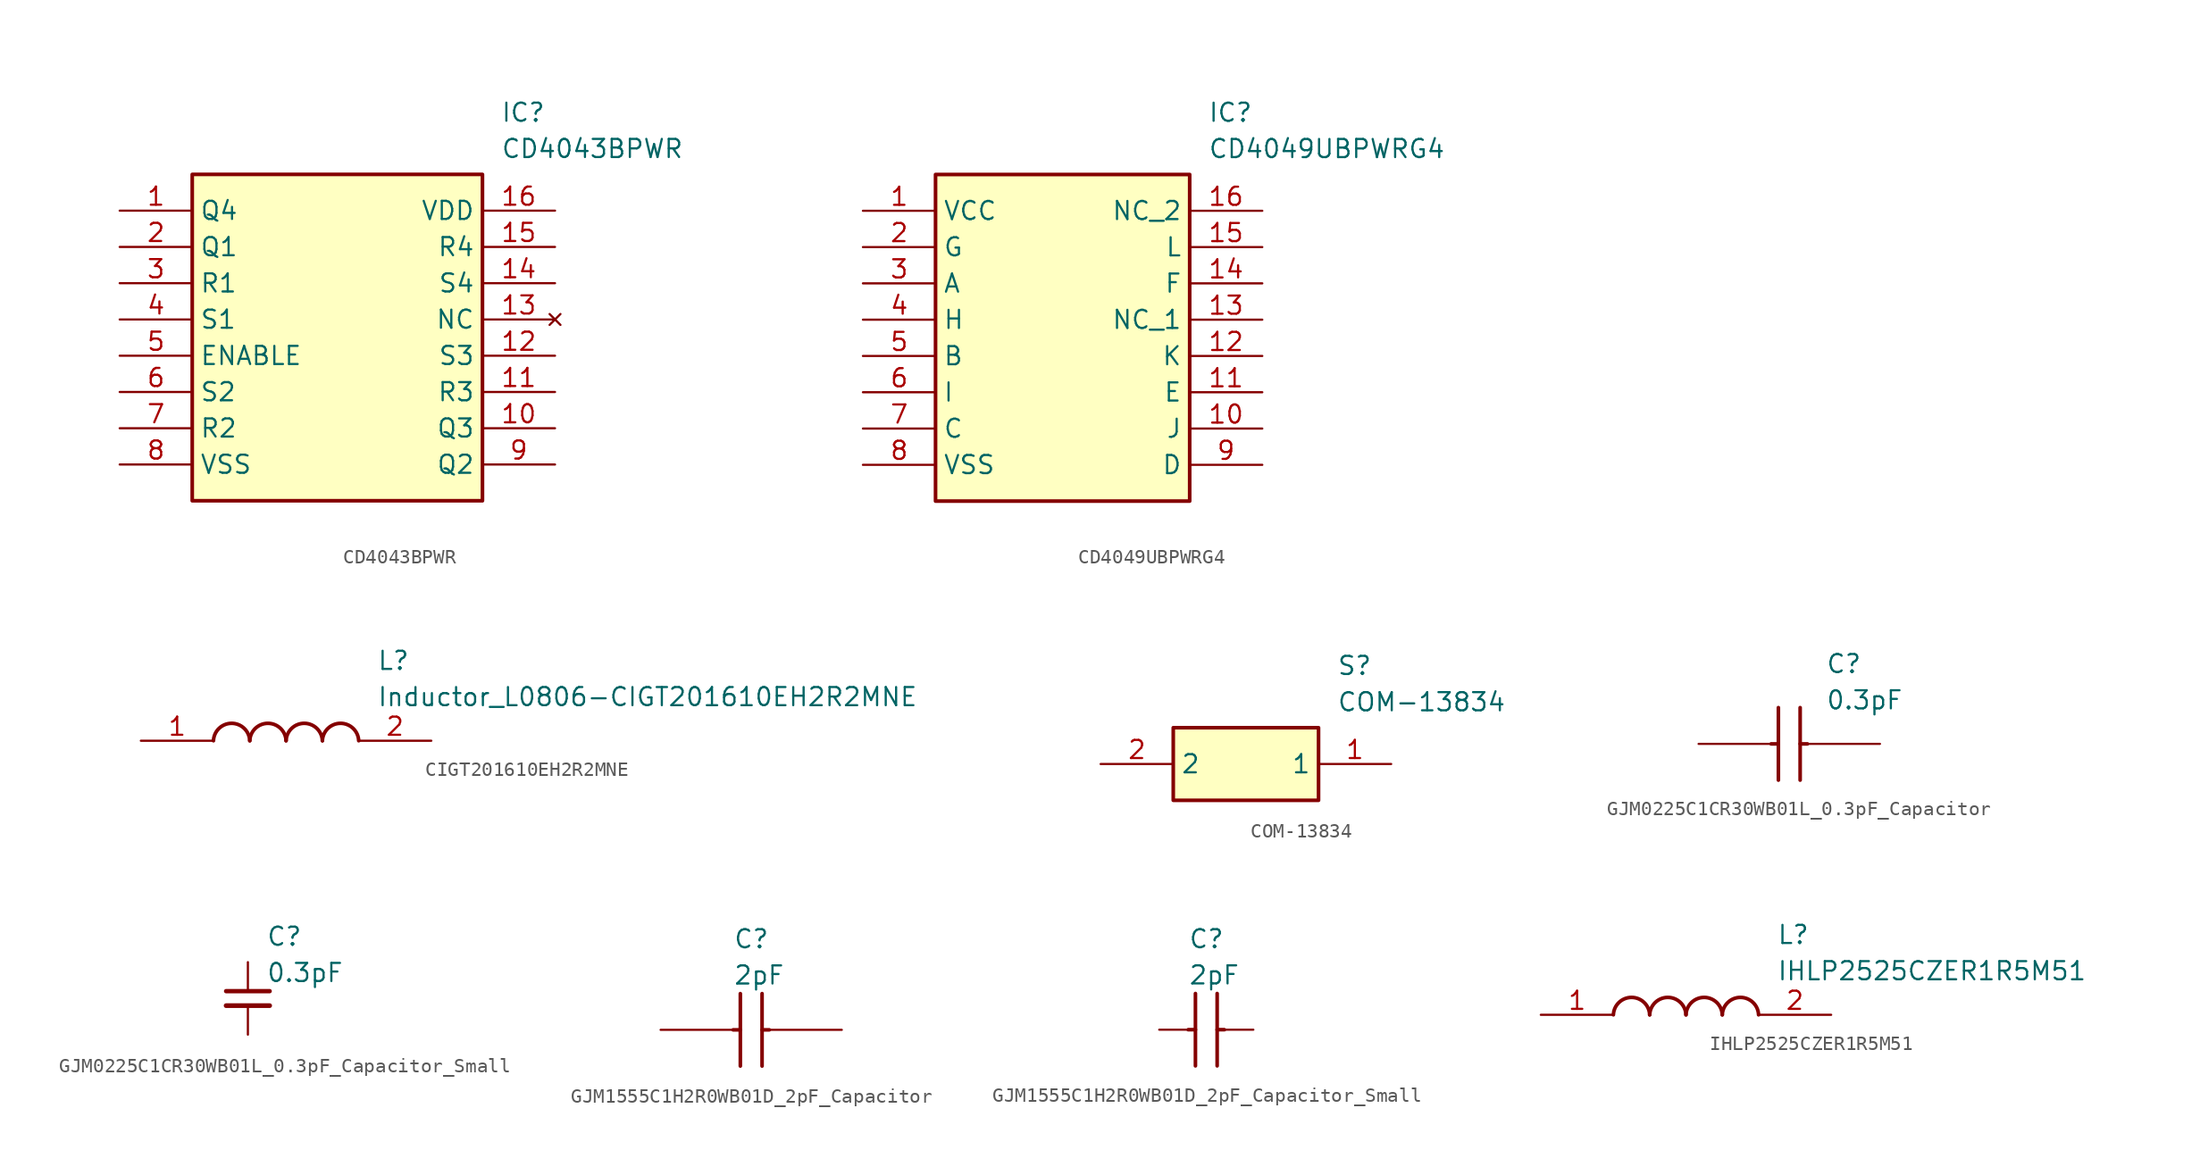
<source format=kicad_sym>
(kicad_symbol_lib
  (version 20241209)
  (generator "kicad_symbol_editor")
  (generator_version "9.0")
  (symbol "CD4043BPWR"
    (property "Reference" "IC"
      (at 26.67 7.62 0)
      (effects (font (size 1.27 1.27)) (justify left top)))
    (property "Value" "CD4043BPWR"
      (at 26.67 5.08 0)
      (effects (font (size 1.27 1.27)) (justify left top)))
    (symbol "CD4043BPWR_1_1"
      (rectangle (start 5.08 2.54) (end 25.4 -20.32) (stroke (width 0.254) (type default)) (fill (type background)))
      (pin passive line (at 0 0 0) (length 5.08) (name "Q4" (effects (font (size 1.27 1.27)))) (number "1" (effects (font (size 1.27 1.27)))))
      (pin passive line (at 0 -2.54 0) (length 5.08) (name "Q1" (effects (font (size 1.27 1.27)))) (number "2" (effects (font (size 1.27 1.27)))))
      (pin passive line (at 0 -5.08 0) (length 5.08) (name "R1" (effects (font (size 1.27 1.27)))) (number "3" (effects (font (size 1.27 1.27)))))
      (pin passive line (at 0 -7.62 0) (length 5.08) (name "S1" (effects (font (size 1.27 1.27)))) (number "4" (effects (font (size 1.27 1.27)))))
      (pin passive line (at 0 -10.16 0) (length 5.08) (name "ENABLE" (effects (font (size 1.27 1.27)))) (number "5" (effects (font (size 1.27 1.27)))))
      (pin passive line (at 0 -12.7 0) (length 5.08) (name "S2" (effects (font (size 1.27 1.27)))) (number "6" (effects (font (size 1.27 1.27)))))
      (pin passive line (at 0 -15.24 0) (length 5.08) (name "R2" (effects (font (size 1.27 1.27)))) (number "7" (effects (font (size 1.27 1.27)))))
      (pin passive line (at 0 -17.78 0) (length 5.08) (name "VSS" (effects (font (size 1.27 1.27)))) (number "8" (effects (font (size 1.27 1.27)))))
      (pin passive line (at 30.48 0 180) (length 5.08) (name "VDD" (effects (font (size 1.27 1.27)))) (number "16" (effects (font (size 1.27 1.27)))))
      (pin passive line (at 30.48 -2.54 180) (length 5.08) (name "R4" (effects (font (size 1.27 1.27)))) (number "15" (effects (font (size 1.27 1.27)))))
      (pin passive line (at 30.48 -5.08 180) (length 5.08) (name "S4" (effects (font (size 1.27 1.27)))) (number "14" (effects (font (size 1.27 1.27)))))
      (pin no_connect line (at 30.48 -7.62 180) (length 5.08) (name "NC" (effects (font (size 1.27 1.27)))) (number "13" (effects (font (size 1.27 1.27)))))
      (pin passive line (at 30.48 -10.16 180) (length 5.08) (name "S3" (effects (font (size 1.27 1.27)))) (number "12" (effects (font (size 1.27 1.27)))))
      (pin passive line (at 30.48 -12.7 180) (length 5.08) (name "R3" (effects (font (size 1.27 1.27)))) (number "11" (effects (font (size 1.27 1.27)))))
      (pin passive line (at 30.48 -15.24 180) (length 5.08) (name "Q3" (effects (font (size 1.27 1.27)))) (number "10" (effects (font (size 1.27 1.27)))))
      (pin passive line (at 30.48 -17.78 180) (length 5.08) (name "Q2" (effects (font (size 1.27 1.27)))) (number "9" (effects (font (size 1.27 1.27)))))))
  (symbol "CD4049UBPWRG4"
    (property "Reference" "IC"
      (at 24.13 7.62 0)
      (effects (font (size 1.27 1.27)) (justify left top)))
    (property "Value" "CD4049UBPWRG4"
      (at 24.13 5.08 0)
      (effects (font (size 1.27 1.27)) (justify left top)))
    (symbol "CD4049UBPWRG4_1_1"
      (rectangle (start 5.08 2.54) (end 22.86 -20.32) (stroke (width 0.254) (type default)) (fill (type background)))
      (pin passive line (at 0 0 0) (length 5.08) (name "VCC" (effects (font (size 1.27 1.27)))) (number "1" (effects (font (size 1.27 1.27)))))
      (pin passive line (at 0 -2.54 0) (length 5.08) (name "G" (effects (font (size 1.27 1.27)))) (number "2" (effects (font (size 1.27 1.27)))))
      (pin passive line (at 0 -5.08 0) (length 5.08) (name "A" (effects (font (size 1.27 1.27)))) (number "3" (effects (font (size 1.27 1.27)))))
      (pin passive line (at 0 -7.62 0) (length 5.08) (name "H" (effects (font (size 1.27 1.27)))) (number "4" (effects (font (size 1.27 1.27)))))
      (pin passive line (at 0 -10.16 0) (length 5.08) (name "B" (effects (font (size 1.27 1.27)))) (number "5" (effects (font (size 1.27 1.27)))))
      (pin passive line (at 0 -12.7 0) (length 5.08) (name "I" (effects (font (size 1.27 1.27)))) (number "6" (effects (font (size 1.27 1.27)))))
      (pin passive line (at 0 -15.24 0) (length 5.08) (name "C" (effects (font (size 1.27 1.27)))) (number "7" (effects (font (size 1.27 1.27)))))
      (pin passive line (at 0 -17.78 0) (length 5.08) (name "VSS" (effects (font (size 1.27 1.27)))) (number "8" (effects (font (size 1.27 1.27)))))
      (pin passive line (at 27.94 0 180) (length 5.08) (name "NC_2" (effects (font (size 1.27 1.27)))) (number "16" (effects (font (size 1.27 1.27)))))
      (pin passive line (at 27.94 -2.54 180) (length 5.08) (name "L" (effects (font (size 1.27 1.27)))) (number "15" (effects (font (size 1.27 1.27)))))
      (pin passive line (at 27.94 -5.08 180) (length 5.08) (name "F" (effects (font (size 1.27 1.27)))) (number "14" (effects (font (size 1.27 1.27)))))
      (pin passive line (at 27.94 -7.62 180) (length 5.08) (name "NC_1" (effects (font (size 1.27 1.27)))) (number "13" (effects (font (size 1.27 1.27)))))
      (pin passive line (at 27.94 -10.16 180) (length 5.08) (name "K" (effects (font (size 1.27 1.27)))) (number "12" (effects (font (size 1.27 1.27)))))
      (pin passive line (at 27.94 -12.7 180) (length 5.08) (name "E" (effects (font (size 1.27 1.27)))) (number "11" (effects (font (size 1.27 1.27)))))
      (pin passive line (at 27.94 -15.24 180) (length 5.08) (name "J" (effects (font (size 1.27 1.27)))) (number "10" (effects (font (size 1.27 1.27)))))
      (pin passive line (at 27.94 -17.78 180) (length 5.08) (name "D" (effects (font (size 1.27 1.27)))) (number "9" (effects (font (size 1.27 1.27)))))))
  (symbol "CIGT201610EH2R2MNE"
    (pin_names
      (hide yes))
    (property "Reference" "L"
      (at 16.51 6.35 0)
      (effects (font (size 1.27 1.27)) (justify left top)))
    (property "Value" "Inductor_L0806-CIGT201610EH2R2MNE"
      (at 16.51 3.81 0)
      (effects (font (size 1.27 1.27)) (justify left top)))
    (symbol "CIGT201610EH2R2MNE_1_1"
      (arc (start 5.08 0) (mid 6.35 1.219) (end 7.62 0) (stroke (width 0.254) (type default)) (fill (type none)))
      (arc (start 7.62 0) (mid 8.89 1.219) (end 10.16 0) (stroke (width 0.254) (type default)) (fill (type none)))
      (arc (start 10.16 0) (mid 11.43 1.219) (end 12.7 0) (stroke (width 0.254) (type default)) (fill (type none)))
      (arc (start 12.7 0) (mid 13.97 1.219) (end 15.24 0) (stroke (width 0.254) (type default)) (fill (type none)))
      (pin passive line (at 0 0 0) (length 5.08) (name "1" (effects (font (size 1.27 1.27)))) (number "1" (effects (font (size 1.27 1.27)))))
      (pin passive line (at 20.32 0 180) (length 5.08) (name "2" (effects (font (size 1.27 1.27)))) (number "2" (effects (font (size 1.27 1.27)))))))
  (symbol "COM-13834"
    (property "Reference" "S"
      (at 16.51 7.62 0)
      (effects (font (size 1.27 1.27)) (justify left top)))
    (property "Value" "COM-13834"
      (at 16.51 5.08 0)
      (effects (font (size 1.27 1.27)) (justify left top)))
    (symbol "COM-13834_1_1"
      (rectangle (start 5.08 2.54) (end 15.24 -2.54) (stroke (width 0.254) (type default)) (fill (type background)))
      (pin passive line (at 0 0 0) (length 5.08) (name "2" (effects (font (size 1.27 1.27)))) (number "2" (effects (font (size 1.27 1.27)))))
      (pin passive line (at 20.32 0 180) (length 5.08) (name "1" (effects (font (size 1.27 1.27)))) (number "1" (effects (font (size 1.27 1.27)))))))
  (symbol "GJM0225C1CR30WB01L_0.3pF_Capacitor"
    (pin_numbers
      (hide yes))
    (pin_names
      (hide yes))
    (property "Reference" "C"
      (at 8.89 6.35 0)
      (effects (font (size 1.27 1.27)) (justify left top)))
    (property "Value" "0.3pF"
      (at 8.89 3.81 0)
      (effects (font (size 1.27 1.27)) (justify left top)))
    (symbol "GJM0225C1CR30WB01L_0.3pF_Capacitor_1_1"
      (polyline (pts (xy 5.08 0) (xy 5.588 0)) (stroke (width 0.254) (type default)) (fill (type none)))
      (polyline (pts (xy 5.588 2.54) (xy 5.588 -2.54)) (stroke (width 0.254) (type default)) (fill (type none)))
      (polyline (pts (xy 7.112 2.54) (xy 7.112 -2.54)) (stroke (width 0.254) (type default)) (fill (type none)))
      (polyline (pts (xy 7.112 0) (xy 7.62 0)) (stroke (width 0.254) (type default)) (fill (type none)))
      (pin passive line (at 0 0 0) (length 5.08) (name "1" (effects (font (size 1.27 1.27)))) (number "1" (effects (font (size 1.27 1.27)))))
      (pin passive line (at 12.7 0 180) (length 5.08) (name "2" (effects (font (size 1.27 1.27)))) (number "2" (effects (font (size 1.27 1.27)))))))
  (symbol "GJM0225C1CR30WB01L_0.3pF_Capacitor_Small"
    (pin_numbers
      (hide yes))
    (pin_names
      (hide yes))
    (property "Reference" "C"
      (at 1.27 5.08 0)
      (effects (font (size 1.27 1.27)) (justify left top)))
    (property "Value" "0.3pF"
      (at 1.27 2.54 0)
      (effects (font (size 1.27 1.27)) (justify left top)))
    (symbol "GJM0225C1CR30WB01L_0.3pF_Capacitor_Small_0_1"
      (polyline (pts (xy -1.524 0.508) (xy 1.524 0.508)) (stroke (width 0.305) (type default)) (fill (type none)))
      (polyline (pts (xy -1.524 -0.508) (xy 1.524 -0.508)) (stroke (width 0.33) (type default)) (fill (type none))))
    (symbol "GJM0225C1CR30WB01L_0.3pF_Capacitor_Small_1_1"
      (pin passive line (at 0 2.54 270) (length 2.032) (name "~" (effects (font (size 1.27 1.27)))) (number "1" (effects (font (size 1.27 1.27)))))
      (pin passive line (at 0 -2.54 90) (length 2.032) (name "~" (effects (font (size 1.27 1.27)))) (number "2" (effects (font (size 1.27 1.27)))))))
  (symbol "GJM1555C1H2R0WB01D_2pF_Capacitor"
    (pin_numbers
      (hide yes))
    (pin_names
      (hide yes))
    (property "Reference" "C"
      (at 5.08 7.112 0)
      (effects (font (size 1.27 1.27)) (justify left top)))
    (property "Value" "2pF"
      (at 5.08 4.572 0)
      (effects (font (size 1.27 1.27)) (justify left top)))
    (symbol "GJM1555C1H2R0WB01D_2pF_Capacitor_1_1"
      (polyline (pts (xy 5.08 0) (xy 5.588 0)) (stroke (width 0.254) (type default)) (fill (type none)))
      (polyline (pts (xy 5.588 2.54) (xy 5.588 -2.54)) (stroke (width 0.254) (type default)) (fill (type none)))
      (polyline (pts (xy 7.112 2.54) (xy 7.112 -2.54)) (stroke (width 0.254) (type default)) (fill (type none)))
      (polyline (pts (xy 7.112 0) (xy 7.62 0)) (stroke (width 0.254) (type default)) (fill (type none)))
      (pin passive line (at 0 0 0) (length 5.08) (name "1" (effects (font (size 1.27 1.27)))) (number "1" (effects (font (size 1.27 1.27)))))
      (pin passive line (at 12.7 0 180) (length 5.08) (name "2" (effects (font (size 1.27 1.27)))) (number "2" (effects (font (size 1.27 1.27)))))))
  (symbol "GJM1555C1H2R0WB01D_2pF_Capacitor_Small"
    (pin_numbers
      (hide yes))
    (pin_names
      (hide yes))
    (property "Reference" "C"
      (at 0 7.112 0)
      (effects (font (size 1.27 1.27)) (justify left top)))
    (property "Value" "2pF"
      (at 0 4.572 0)
      (effects (font (size 1.27 1.27)) (justify left top)))
    (symbol "GJM1555C1H2R0WB01D_2pF_Capacitor_Small_1_1"
      (polyline (pts (xy 0 0) (xy 0.508 0)) (stroke (width 0.254) (type default)) (fill (type none)))
      (polyline (pts (xy 0.508 2.54) (xy 0.508 -2.54)) (stroke (width 0.254) (type default)) (fill (type none)))
      (polyline (pts (xy 2.032 2.54) (xy 2.032 -2.54)) (stroke (width 0.254) (type default)) (fill (type none)))
      (polyline (pts (xy 2.032 0) (xy 2.54 0)) (stroke (width 0.254) (type default)) (fill (type none)))
      (pin passive line (at -2.032 0 0) (length 2.032) (name "1" (effects (font (size 1.27 1.27)))) (number "1" (effects (font (size 1.27 1.27)))))
      (pin passive line (at 4.572 0 180) (length 2.032) (name "2" (effects (font (size 1.27 1.27)))) (number "2" (effects (font (size 1.27 1.27)))))))
  (symbol "IHLP2525CZER1R5M51"
    (pin_names
      (hide yes))
    (property "Reference" "L"
      (at 16.51 6.35 0)
      (effects (font (size 1.27 1.27)) (justify left top)))
    (property "Value" "IHLP2525CZER1R5M51"
      (at 16.51 3.81 0)
      (effects (font (size 1.27 1.27)) (justify left top)))
    (symbol "IHLP2525CZER1R5M51_1_1"
      (arc (start 5.08 0) (mid 6.35 1.219) (end 7.62 0) (stroke (width 0.254) (type default)) (fill (type none)))
      (arc (start 7.62 0) (mid 8.89 1.219) (end 10.16 0) (stroke (width 0.254) (type default)) (fill (type none)))
      (arc (start 10.16 0) (mid 11.43 1.219) (end 12.7 0) (stroke (width 0.254) (type default)) (fill (type none)))
      (arc (start 12.7 0) (mid 13.97 1.219) (end 15.24 0) (stroke (width 0.254) (type default)) (fill (type none)))
      (pin passive line (at 0 0 0) (length 5.08) (name "1" (effects (font (size 1.27 1.27)))) (number "1" (effects (font (size 1.27 1.27)))))
      (pin passive line (at 20.32 0 180) (length 5.08) (name "2" (effects (font (size 1.27 1.27)))) (number "2" (effects (font (size 1.27 1.27))))))))
</source>
